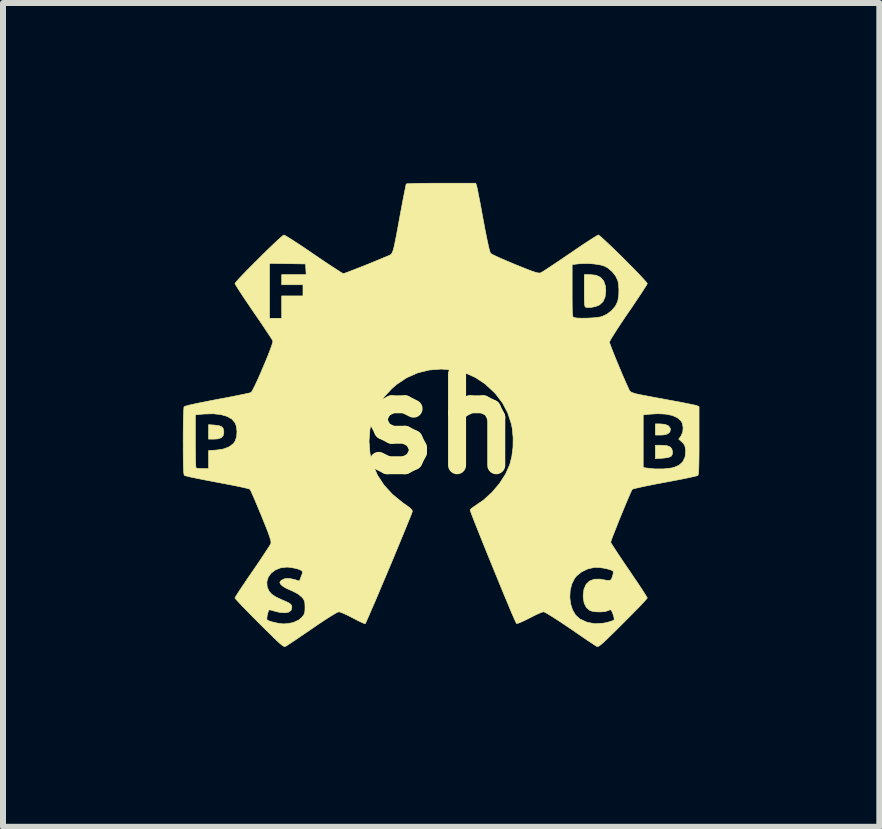
<source format=kicad_pcb>
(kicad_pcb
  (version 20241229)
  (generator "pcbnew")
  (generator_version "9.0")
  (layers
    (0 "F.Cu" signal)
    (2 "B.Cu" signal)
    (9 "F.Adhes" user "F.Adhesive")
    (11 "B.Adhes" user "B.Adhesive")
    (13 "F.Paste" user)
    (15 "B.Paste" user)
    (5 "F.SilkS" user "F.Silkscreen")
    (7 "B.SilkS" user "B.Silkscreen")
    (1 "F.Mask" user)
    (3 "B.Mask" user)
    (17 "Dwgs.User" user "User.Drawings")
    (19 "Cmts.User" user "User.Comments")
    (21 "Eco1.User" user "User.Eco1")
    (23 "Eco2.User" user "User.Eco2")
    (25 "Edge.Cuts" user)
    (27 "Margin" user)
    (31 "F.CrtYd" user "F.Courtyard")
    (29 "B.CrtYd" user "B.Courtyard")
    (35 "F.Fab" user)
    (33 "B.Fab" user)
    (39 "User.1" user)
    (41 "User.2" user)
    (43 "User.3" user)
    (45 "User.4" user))
  (footprint "oshw"
    (layer "F.Cu")
    (at 4.39 4.018)
    (property "Reference" "oshw" (at 0 0 0) (layer "F.SilkS") (effects (font (size 1.524 1.524) (thickness 0.3))))
    (attr through_hole)
    (fp_poly (pts (xy 3.569 0.000249) (xy 3.653 0.009) (xy 3.709 0.035) (xy 3.737 0.076) (xy 3.739 0.088) (xy 3.73 0.134) (xy 3.691 0.167) (xy 3.625 0.184) (xy 3.578 0.186) (xy 3.488 0.186) (xy 3.488 0) (xy 3.569 0.000249)) (stroke (width 0.01) (type solid)) (fill yes) (layer "F.SilkS"))
    (fp_poly (pts (xy -3.862 0.02) (xy -3.787 0.03) (xy -3.74 0.049) (xy -3.716 0.082) (xy -3.708 0.132) (xy -3.708 0.137) (xy -3.718 0.193) (xy -3.751 0.23) (xy -3.808 0.25) (xy -3.873 0.254) (xy -3.962 0.254) (xy -3.962 0.013) (xy -3.862 0.02)) (stroke (width 0.01) (type solid)) (fill yes) (layer "F.SilkS"))
    (fp_poly (pts (xy 3.586 0.356) (xy 3.671 0.361) (xy 3.727 0.379) (xy 3.76 0.412) (xy 3.773 0.459) (xy 3.771 0.505) (xy 3.753 0.537) (xy 3.713 0.557) (xy 3.647 0.568) (xy 3.607 0.572) (xy 3.488 0.58) (xy 3.488 0.356) (xy 3.586 0.356)) (stroke (width 0.01) (type solid)) (fill yes) (layer "F.SilkS"))
    (fp_poly (pts (xy 2.501 -2.478) (xy 2.575 -2.442) (xy 2.626 -2.383) (xy 2.655 -2.298) (xy 2.661 -2.216) (xy 2.649 -2.116) (xy 2.615 -2.039) (xy 2.557 -1.985) (xy 2.548 -1.98) (xy 2.49 -1.957) (xy 2.42 -1.943) (xy 2.355 -1.94) (xy 2.333 -1.943) (xy 2.321 -1.949) (xy 2.313 -1.962) (xy 2.308 -1.989) (xy 2.305 -2.034) (xy 2.303 -2.102) (xy 2.303 -2.199) (xy 2.303 -2.22) (xy 2.303 -2.489) (xy 2.402 -2.489) (xy 2.501 -2.478)) (stroke (width 0.01) (type solid)) (fill yes) (layer "F.SilkS"))
    (fp_poly (pts (xy 0.506 -3.975) (xy 0.512 -3.95) (xy 0.524 -3.895) (xy 0.539 -3.816) (xy 0.559 -3.716) (xy 0.581 -3.6) (xy 0.604 -3.473) (xy 0.617 -3.404) (xy 0.649 -3.232) (xy 0.677 -3.093) (xy 0.7 -2.986) (xy 0.718 -2.908) (xy 0.733 -2.86) (xy 0.743 -2.842) (xy 0.766 -2.827) (xy 0.816 -2.803) (xy 0.887 -2.77) (xy 0.977 -2.731) (xy 1.078 -2.688) (xy 1.151 -2.657) (xy 1.274 -2.608) (xy 1.369 -2.57) (xy 1.442 -2.543) (xy 1.494 -2.526) (xy 1.531 -2.517) (xy 1.557 -2.515) (xy 1.575 -2.519) (xy 1.599 -2.532) (xy 1.647 -2.562) (xy 1.715 -2.607) (xy 1.789 -2.656) (xy 2.1 -2.656) (xy 2.1 -2.218) (xy 2.1 -2.085) (xy 2.101 -1.981) (xy 2.102 -1.904) (xy 2.104 -1.849) (xy 2.108 -1.812) (xy 2.113 -1.789) (xy 2.12 -1.778) (xy 2.129 -1.773) (xy 2.129 -1.773) (xy 2.181 -1.765) (xy 2.256 -1.762) (xy 2.344 -1.763) (xy 2.434 -1.767) (xy 2.515 -1.775) (xy 2.579 -1.785) (xy 2.592 -1.788) (xy 2.679 -1.828) (xy 2.759 -1.889) (xy 2.822 -1.964) (xy 2.86 -2.043) (xy 2.861 -2.047) (xy 2.877 -2.14) (xy 2.88 -2.245) (xy 2.871 -2.346) (xy 2.862 -2.388) (xy 2.827 -2.463) (xy 2.77 -2.536) (xy 2.698 -2.598) (xy 2.643 -2.629) (xy 2.575 -2.65) (xy 2.484 -2.665) (xy 2.381 -2.674) (xy 2.277 -2.674) (xy 2.195 -2.668) (xy 2.1 -2.656) (xy 1.789 -2.656) (xy 1.801 -2.664) (xy 1.899 -2.73) (xy 2.006 -2.803) (xy 2.064 -2.842) (xy 2.174 -2.917) (xy 2.275 -2.986) (xy 2.366 -3.045) (xy 2.44 -3.093) (xy 2.497 -3.128) (xy 2.53 -3.147) (xy 2.538 -3.15) (xy 2.556 -3.138) (xy 2.595 -3.105) (xy 2.649 -3.055) (xy 2.717 -2.991) (xy 2.795 -2.917) (xy 2.879 -2.835) (xy 2.965 -2.75) (xy 3.05 -2.664) (xy 3.132 -2.582) (xy 3.205 -2.506) (xy 3.267 -2.44) (xy 3.315 -2.388) (xy 3.345 -2.353) (xy 3.353 -2.34) (xy 3.344 -2.321) (xy 3.317 -2.278) (xy 3.276 -2.214) (xy 3.222 -2.132) (xy 3.158 -2.037) (xy 3.087 -1.93) (xy 3.037 -1.859) (xy 2.961 -1.747) (xy 2.892 -1.643) (xy 2.831 -1.55) (xy 2.782 -1.472) (xy 2.746 -1.413) (xy 2.726 -1.375) (xy 2.722 -1.364) (xy 2.728 -1.341) (xy 2.746 -1.291) (xy 2.773 -1.221) (xy 2.807 -1.136) (xy 2.846 -1.04) (xy 2.888 -0.94) (xy 2.93 -0.839) (xy 2.971 -0.744) (xy 3.009 -0.659) (xy 3.04 -0.59) (xy 3.045 -0.58) (xy 3.053 -0.562) (xy 3.063 -0.548) (xy 3.076 -0.535) (xy 3.097 -0.524) (xy 3.128 -0.513) (xy 3.174 -0.5) (xy 3.238 -0.486) (xy 3.323 -0.47) (xy 3.432 -0.449) (xy 3.569 -0.424) (xy 3.666 -0.406) (xy 3.79 -0.383) (xy 3.905 -0.362) (xy 4.006 -0.342) (xy 4.088 -0.325) (xy 4.146 -0.313) (xy 4.177 -0.305) (xy 4.178 -0.304) (xy 4.216 -0.289) (xy 4.216 0.277) (xy 4.216 0.44) (xy 4.215 0.572) (xy 4.213 0.675) (xy 4.211 0.753) (xy 4.207 0.807) (xy 4.203 0.842) (xy 4.197 0.858) (xy 4.195 0.86) (xy 4.174 0.867) (xy 4.123 0.879) (xy 4.048 0.896) (xy 3.952 0.916) (xy 3.839 0.938) (xy 3.714 0.962) (xy 3.649 0.974) (xy 3.519 0.998) (xy 3.4 1.022) (xy 3.295 1.043) (xy 3.209 1.062) (xy 3.146 1.077) (xy 3.11 1.087) (xy 3.103 1.091) (xy 3.092 1.11) (xy 3.07 1.157) (xy 3.041 1.225) (xy 3.005 1.309) (xy 2.965 1.405) (xy 2.923 1.507) (xy 2.881 1.61) (xy 2.842 1.709) (xy 2.806 1.8) (xy 2.776 1.876) (xy 2.755 1.934) (xy 2.744 1.968) (xy 2.743 1.974) (xy 2.752 1.992) (xy 2.779 2.034) (xy 2.82 2.098) (xy 2.873 2.178) (xy 2.936 2.273) (xy 3.007 2.378) (xy 3.048 2.437) (xy 3.122 2.547) (xy 3.19 2.647) (xy 3.249 2.736) (xy 3.297 2.81) (xy 3.331 2.864) (xy 3.35 2.896) (xy 3.353 2.902) (xy 3.341 2.918) (xy 3.308 2.956) (xy 3.257 3.011) (xy 3.19 3.081) (xy 3.109 3.163) (xy 3.019 3.254) (xy 2.948 3.325) (xy 2.838 3.435) (xy 2.749 3.522) (xy 2.679 3.59) (xy 2.625 3.641) (xy 2.585 3.676) (xy 2.555 3.699) (xy 2.535 3.71) (xy 2.52 3.713) (xy 2.509 3.71) (xy 2.487 3.696) (xy 2.441 3.665) (xy 2.374 3.621) (xy 2.291 3.565) (xy 2.196 3.5) (xy 2.092 3.428) (xy 2.068 3.412) (xy 1.963 3.341) (xy 1.865 3.276) (xy 1.779 3.221) (xy 1.708 3.177) (xy 1.656 3.147) (xy 1.627 3.133) (xy 1.624 3.133) (xy 1.596 3.14) (xy 1.544 3.161) (xy 1.477 3.192) (xy 1.401 3.231) (xy 1.387 3.238) (xy 1.298 3.283) (xy 1.23 3.313) (xy 1.187 3.328) (xy 1.171 3.327) (xy 1.161 3.307) (xy 1.139 3.259) (xy 1.107 3.186) (xy 1.067 3.093) (xy 1.021 2.981) (xy 0.983 2.89) (xy 2.061 2.89) (xy 2.074 3) (xy 2.106 3.101) (xy 2.156 3.186) (xy 2.222 3.248) (xy 2.228 3.252) (xy 2.349 3.308) (xy 2.478 3.332) (xy 2.616 3.324) (xy 2.685 3.31) (xy 2.74 3.294) (xy 2.782 3.279) (xy 2.798 3.271) (xy 2.801 3.248) (xy 2.793 3.208) (xy 2.778 3.162) (xy 2.761 3.122) (xy 2.744 3.1) (xy 2.74 3.099) (xy 2.713 3.106) (xy 2.691 3.116) (xy 2.645 3.13) (xy 2.578 3.135) (xy 2.505 3.134) (xy 2.438 3.125) (xy 2.394 3.11) (xy 2.338 3.063) (xy 2.301 2.99) (xy 2.285 2.895) (xy 2.284 2.861) (xy 2.297 2.757) (xy 2.333 2.675) (xy 2.39 2.62) (xy 2.469 2.59) (xy 2.565 2.588) (xy 2.603 2.595) (xy 2.672 2.608) (xy 2.715 2.612) (xy 2.742 2.604) (xy 2.758 2.582) (xy 2.773 2.544) (xy 2.773 2.543) (xy 2.785 2.494) (xy 2.786 2.461) (xy 2.783 2.455) (xy 2.75 2.437) (xy 2.694 2.42) (xy 2.625 2.405) (xy 2.553 2.395) (xy 2.49 2.392) (xy 2.464 2.394) (xy 2.356 2.42) (xy 2.257 2.468) (xy 2.175 2.534) (xy 2.14 2.577) (xy 2.093 2.672) (xy 2.067 2.779) (xy 2.061 2.89) (xy 0.983 2.89) (xy 0.968 2.856) (xy 0.912 2.719) (xy 0.853 2.575) (xy 0.792 2.426) (xy 0.731 2.277) (xy 0.671 2.129) (xy 0.614 1.988) (xy 0.561 1.855) (xy 0.513 1.735) (xy 0.471 1.63) (xy 0.438 1.544) (xy 0.414 1.481) (xy 0.401 1.443) (xy 0.399 1.434) (xy 0.418 1.411) (xy 0.455 1.385) (xy 0.462 1.38) (xy 0.62 1.272) (xy 0.763 1.142) (xy 0.888 0.995) (xy 0.989 0.838) (xy 1.059 0.682) (xy 1.094 0.544) (xy 1.114 0.389) (xy 1.116 0.228) (xy 1.101 0.074) (xy 1.086 -0.001) (xy 1.037 -0.15) (xy 3.285 -0.15) (xy 3.285 0.727) (xy 3.34 0.736) (xy 3.48 0.751) (xy 3.622 0.751) (xy 3.752 0.736) (xy 3.797 0.726) (xy 3.884 0.689) (xy 3.947 0.629) (xy 3.984 0.549) (xy 3.993 0.453) (xy 3.992 0.437) (xy 3.982 0.376) (xy 3.962 0.334) (xy 3.93 0.301) (xy 3.877 0.254) (xy 3.915 0.202) (xy 3.944 0.138) (xy 3.951 0.062) (xy 3.936 -0.012) (xy 3.916 -0.049) (xy 3.857 -0.102) (xy 3.771 -0.141) (xy 3.66 -0.163) (xy 3.528 -0.17) (xy 3.397 -0.162) (xy 3.285 -0.15) (xy 1.037 -0.15) (xy 1.027 -0.182) (xy 0.943 -0.343) (xy 0.831 -0.492) (xy 0.8 -0.526) (xy 0.648 -0.667) (xy 0.485 -0.775) (xy 0.311 -0.852) (xy 0.123 -0.898) (xy -0.08 -0.914) (xy -0.086 -0.914) (xy -0.287 -0.898) (xy -0.478 -0.85) (xy -0.658 -0.77) (xy -0.824 -0.66) (xy -0.905 -0.59) (xy -1.044 -0.44) (xy -1.151 -0.276) (xy -1.227 -0.099) (xy -1.272 0.092) (xy -1.287 0.289) (xy -1.271 0.49) (xy -1.223 0.68) (xy -1.144 0.859) (xy -1.034 1.025) (xy -0.894 1.177) (xy -0.723 1.316) (xy -0.703 1.33) (xy -0.636 1.377) (xy -0.593 1.411) (xy -0.571 1.436) (xy -0.565 1.456) (xy -0.566 1.464) (xy -0.576 1.493) (xy -0.597 1.548) (xy -0.629 1.626) (xy -0.669 1.724) (xy -0.716 1.839) (xy -0.769 1.967) (xy -0.826 2.105) (xy -0.886 2.25) (xy -0.948 2.398) (xy -1.011 2.546) (xy -1.072 2.69) (xy -1.13 2.828) (xy -1.184 2.956) (xy -1.234 3.07) (xy -1.276 3.168) (xy -1.31 3.246) (xy -1.335 3.301) (xy -1.349 3.329) (xy -1.351 3.332) (xy -1.372 3.326) (xy -1.416 3.307) (xy -1.477 3.278) (xy -1.549 3.24) (xy -1.559 3.235) (xy -1.635 3.196) (xy -1.703 3.164) (xy -1.757 3.142) (xy -1.788 3.133) (xy -1.79 3.133) (xy -1.815 3.142) (xy -1.865 3.17) (xy -1.937 3.214) (xy -2.028 3.272) (xy -2.135 3.343) (xy -2.232 3.41) (xy -2.338 3.482) (xy -2.435 3.548) (xy -2.521 3.607) (xy -2.592 3.654) (xy -2.644 3.688) (xy -2.672 3.706) (xy -2.674 3.708) (xy -2.686 3.712) (xy -2.699 3.712) (xy -2.717 3.704) (xy -2.742 3.687) (xy -2.776 3.658) (xy -2.823 3.615) (xy -2.884 3.556) (xy -2.963 3.479) (xy -3.062 3.381) (xy -3.118 3.325) (xy -3.214 3.229) (xy -3.301 3.14) (xy -3.378 3.061) (xy -3.442 2.994) (xy -3.488 2.944) (xy -3.516 2.913) (xy -3.522 2.903) (xy -3.513 2.885) (xy -3.487 2.842) (xy -3.446 2.779) (xy -3.393 2.699) (xy -3.349 2.635) (xy -2.991 2.635) (xy -2.985 2.717) (xy -2.983 2.724) (xy -2.955 2.787) (xy -2.91 2.839) (xy -2.842 2.885) (xy -2.746 2.93) (xy -2.67 2.963) (xy -2.621 2.987) (xy -2.592 3.008) (xy -2.578 3.03) (xy -2.574 3.057) (xy -2.574 3.066) (xy -2.588 3.111) (xy -2.629 3.139) (xy -2.693 3.15) (xy -2.776 3.143) (xy -2.855 3.124) (xy -2.904 3.11) (xy -2.939 3.101) (xy -2.948 3.099) (xy -2.961 3.114) (xy -2.974 3.15) (xy -2.985 3.195) (xy -2.99 3.238) (xy -2.989 3.265) (xy -2.987 3.268) (xy -2.957 3.284) (xy -2.904 3.301) (xy -2.839 3.317) (xy -2.772 3.329) (xy -2.713 3.335) (xy -2.708 3.335) (xy -2.644 3.33) (xy -2.572 3.317) (xy -2.545 3.31) (xy -2.455 3.268) (xy -2.406 3.225) (xy -2.377 3.188) (xy -2.361 3.153) (xy -2.355 3.107) (xy -2.354 3.056) (xy -2.356 2.993) (xy -2.364 2.951) (xy -2.382 2.917) (xy -2.406 2.889) (xy -2.466 2.838) (xy -2.559 2.789) (xy -2.594 2.774) (xy -2.671 2.739) (xy -2.727 2.705) (xy -2.757 2.678) (xy -2.774 2.647) (xy -2.767 2.626) (xy -2.745 2.606) (xy -2.688 2.58) (xy -2.613 2.577) (xy -2.526 2.596) (xy -2.515 2.599) (xy -2.474 2.613) (xy -2.449 2.62) (xy -2.446 2.62) (xy -2.44 2.603) (xy -2.426 2.565) (xy -2.416 2.54) (xy -2.399 2.493) (xy -2.396 2.467) (xy -2.406 2.451) (xy -2.415 2.444) (xy -2.452 2.426) (xy -2.511 2.409) (xy -2.579 2.396) (xy -2.643 2.388) (xy -2.664 2.388) (xy -2.763 2.401) (xy -2.85 2.436) (xy -2.92 2.49) (xy -2.968 2.557) (xy -2.991 2.635) (xy -3.349 2.635) (xy -3.33 2.605) (xy -3.259 2.502) (xy -3.232 2.462) (xy -3.158 2.355) (xy -3.09 2.254) (xy -3.031 2.165) (xy -2.982 2.091) (xy -2.947 2.036) (xy -2.927 2.003) (xy -2.925 1.998) (xy -2.921 1.981) (xy -2.923 1.956) (xy -2.932 1.92) (xy -2.949 1.868) (xy -2.974 1.798) (xy -3.01 1.706) (xy -3.058 1.588) (xy -3.08 1.532) (xy -3.127 1.42) (xy -3.17 1.317) (xy -3.208 1.228) (xy -3.239 1.158) (xy -3.261 1.11) (xy -3.273 1.09) (xy -3.294 1.082) (xy -3.344 1.069) (xy -3.42 1.052) (xy -3.516 1.032) (xy -3.629 1.01) (xy -3.754 0.986) (xy -3.818 0.974) (xy -3.948 0.949) (xy -4.068 0.926) (xy -4.172 0.905) (xy -4.259 0.887) (xy -4.322 0.872) (xy -4.358 0.862) (xy -4.365 0.86) (xy -4.371 0.846) (xy -4.376 0.816) (xy -4.379 0.766) (xy -4.382 0.694) (xy -4.384 0.596) (xy -4.385 0.47) (xy -4.385 0.314) (xy -4.385 0.29) (xy -4.385 0.156) (xy -4.384 0.032) (xy -4.382 -0.077) (xy -4.38 -0.15) (xy -4.183 -0.15) (xy -4.183 0.286) (xy -4.182 0.405) (xy -4.181 0.512) (xy -4.179 0.603) (xy -4.177 0.673) (xy -4.174 0.718) (xy -4.171 0.734) (xy -4.149 0.74) (xy -4.105 0.744) (xy -4.061 0.745) (xy -3.962 0.745) (xy -3.962 0.445) (xy -3.836 0.437) (xy -3.716 0.419) (xy -3.62 0.383) (xy -3.55 0.33) (xy -3.52 0.288) (xy -3.495 0.214) (xy -3.488 0.127) (xy -3.499 0.04) (xy -3.52 -0.017) (xy -3.572 -0.079) (xy -3.651 -0.125) (xy -3.756 -0.155) (xy -3.884 -0.169) (xy -4.031 -0.165) (xy -4.071 -0.162) (xy -4.183 -0.15) (xy -4.38 -0.15) (xy -4.379 -0.168) (xy -4.376 -0.235) (xy -4.373 -0.276) (xy -4.371 -0.285) (xy -4.35 -0.295) (xy -4.297 -0.31) (xy -4.215 -0.329) (xy -4.105 -0.352) (xy -3.969 -0.379) (xy -3.82 -0.408) (xy -3.689 -0.432) (xy -3.567 -0.456) (xy -3.46 -0.477) (xy -3.37 -0.496) (xy -3.304 -0.51) (xy -3.264 -0.52) (xy -3.255 -0.523) (xy -3.239 -0.543) (xy -3.214 -0.59) (xy -3.18 -0.658) (xy -3.141 -0.742) (xy -3.099 -0.837) (xy -3.056 -0.938) (xy -3.013 -1.039) (xy -2.973 -1.137) (xy -2.939 -1.225) (xy -2.912 -1.298) (xy -2.895 -1.352) (xy -2.89 -1.381) (xy -2.89 -1.383) (xy -2.902 -1.404) (xy -2.931 -1.45) (xy -2.975 -1.516) (xy -3.03 -1.599) (xy -3.095 -1.696) (xy -3.14 -1.761) (xy -2.946 -1.761) (xy -2.743 -1.761) (xy -2.743 -2.134) (xy -2.388 -2.134) (xy -2.388 -2.32) (xy -2.743 -2.32) (xy -2.743 -2.489) (xy -2.335 -2.489) (xy -2.34 -2.578) (xy -2.345 -2.667) (xy -2.646 -2.672) (xy -2.946 -2.676) (xy -2.946 -1.761) (xy -3.14 -1.761) (xy -3.168 -1.802) (xy -3.212 -1.866) (xy -3.287 -1.977) (xy -3.356 -2.078) (xy -3.415 -2.168) (xy -3.464 -2.243) (xy -3.499 -2.299) (xy -3.519 -2.332) (xy -3.522 -2.34) (xy -3.51 -2.358) (xy -3.478 -2.396) (xy -3.427 -2.451) (xy -3.363 -2.518) (xy -3.288 -2.595) (xy -3.205 -2.678) (xy -3.119 -2.764) (xy -3.033 -2.849) (xy -2.95 -2.93) (xy -2.874 -3.003) (xy -2.808 -3.065) (xy -2.755 -3.112) (xy -2.72 -3.141) (xy -2.706 -3.15) (xy -2.686 -3.14) (xy -2.641 -3.114) (xy -2.575 -3.073) (xy -2.492 -3.019) (xy -2.395 -2.955) (xy -2.287 -2.882) (xy -2.208 -2.828) (xy -2.095 -2.751) (xy -1.991 -2.681) (xy -1.899 -2.62) (xy -1.821 -2.57) (xy -1.763 -2.532) (xy -1.726 -2.511) (xy -1.715 -2.506) (xy -1.694 -2.512) (xy -1.646 -2.529) (xy -1.577 -2.556) (xy -1.491 -2.589) (xy -1.394 -2.627) (xy -1.291 -2.668) (xy -1.187 -2.711) (xy -1.085 -2.753) (xy -0.993 -2.791) (xy -0.978 -2.798) (xy -0.955 -2.807) (xy -0.936 -2.815) (xy -0.92 -2.826) (xy -0.907 -2.843) (xy -0.894 -2.868) (xy -0.882 -2.906) (xy -0.868 -2.958) (xy -0.853 -3.03) (xy -0.834 -3.124) (xy -0.812 -3.242) (xy -0.785 -3.389) (xy -0.77 -3.471) (xy -0.746 -3.599) (xy -0.724 -3.717) (xy -0.704 -3.819) (xy -0.687 -3.903) (xy -0.675 -3.963) (xy -0.668 -3.996) (xy -0.666 -4) (xy -0.648 -4.004) (xy -0.6 -4.006) (xy -0.526 -4.009) (xy -0.43 -4.011) (xy -0.316 -4.012) (xy -0.188 -4.013) (xy -0.083 -4.013) (xy 0.492 -4.013) (xy 0.506 -3.975)) (stroke (width 0.01) (type solid)) (fill yes) (layer "F.SilkS")))
  (gr_rect
    (start -3 -3)
    (end 11.612 10.736)
    (stroke (width 0.1) (type default))
    (fill no)
    (layer "Edge.Cuts")))
</source>
